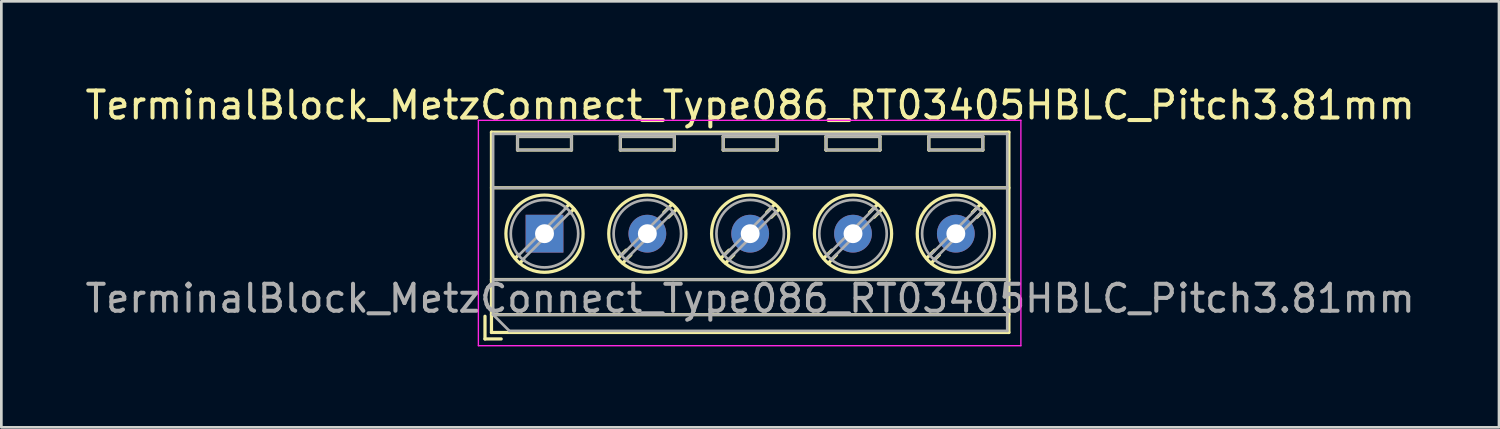
<source format=kicad_pcb>
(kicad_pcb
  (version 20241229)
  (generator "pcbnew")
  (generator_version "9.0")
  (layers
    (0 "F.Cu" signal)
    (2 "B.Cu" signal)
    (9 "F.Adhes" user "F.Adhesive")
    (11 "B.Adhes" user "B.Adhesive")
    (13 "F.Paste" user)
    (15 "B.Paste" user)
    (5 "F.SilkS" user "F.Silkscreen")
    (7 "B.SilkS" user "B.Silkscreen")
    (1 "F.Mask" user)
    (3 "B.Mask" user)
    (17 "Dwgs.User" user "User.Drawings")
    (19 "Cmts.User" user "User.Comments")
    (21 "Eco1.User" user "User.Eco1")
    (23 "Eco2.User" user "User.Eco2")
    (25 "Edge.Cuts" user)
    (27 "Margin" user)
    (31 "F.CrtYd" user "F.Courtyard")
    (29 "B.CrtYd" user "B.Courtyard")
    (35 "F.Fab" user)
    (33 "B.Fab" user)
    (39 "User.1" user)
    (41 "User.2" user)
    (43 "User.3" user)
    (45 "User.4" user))
  (footprint "TerminalBlock_MetzConnect_Type086_RT03405HBLC_Pitch3.81mm"
    (layer "F.Cu")
    (at 17.124 5.608)
    (property "Reference" "TerminalBlock_MetzConnect_Type086_RT03405HBLC_Pitch3.81mm" (at 7.62 -4.76 0) (layer "F.SilkS") (effects (font (size 1 1) (thickness 0.15))))
    (attr through_hole)
    (fp_line (start -2.205 3.06) (end -2.205 3.9) (stroke (width 0.12) (type solid)) (layer "F.SilkS"))
    (fp_line (start -2.205 3.9) (end -1.605 3.9) (stroke (width 0.12) (type solid)) (layer "F.SilkS"))
    (fp_line (start -1.965 -3.76) (end -1.965 3.66) (stroke (width 0.12) (type solid)) (layer "F.SilkS"))
    (fp_line (start -1.965 -1.7) (end 17.205 -1.7) (stroke (width 0.12) (type solid)) (layer "F.SilkS"))
    (fp_line (start -1.965 1.7) (end 17.205 1.7) (stroke (width 0.12) (type solid)) (layer "F.SilkS"))
    (fp_line (start -1.965 3) (end 17.205 3) (stroke (width 0.12) (type solid)) (layer "F.SilkS"))
    (fp_line (start -1.965 3.66) (end 17.205 3.66) (stroke (width 0.12) (type solid)) (layer "F.SilkS"))
    (fp_line (start -1 -3.6) (end -1 -3.1) (stroke (width 0.12) (type solid)) (layer "F.SilkS"))
    (fp_line (start -1 -3.6) (end 1 -3.6) (stroke (width 0.12) (type solid)) (layer "F.SilkS"))
    (fp_line (start -1 -3.1) (end 1 -3.1) (stroke (width 0.12) (type solid)) (layer "F.SilkS"))
    (fp_line (start -0.946 0.771) (end -1.085 0.91) (stroke (width 0.12) (type solid)) (layer "F.SilkS"))
    (fp_line (start -0.771 0.945) (end -0.911 1.085) (stroke (width 0.12) (type solid)) (layer "F.SilkS"))
    (fp_line (start 0.911 -1.085) (end 0.771 -0.945) (stroke (width 0.12) (type solid)) (layer "F.SilkS"))
    (fp_line (start 1 -3.6) (end 1 -3.1) (stroke (width 0.12) (type solid)) (layer "F.SilkS"))
    (fp_line (start 1.085 -0.91) (end 0.945 -0.771) (stroke (width 0.12) (type solid)) (layer "F.SilkS"))
    (fp_line (start 2.81 -3.6) (end 2.81 -3.1) (stroke (width 0.12) (type solid)) (layer "F.SilkS"))
    (fp_line (start 2.81 -3.6) (end 4.81 -3.6) (stroke (width 0.12) (type solid)) (layer "F.SilkS"))
    (fp_line (start 2.81 -3.1) (end 4.81 -3.1) (stroke (width 0.12) (type solid)) (layer "F.SilkS"))
    (fp_line (start 3.025 0.611) (end 2.726 0.91) (stroke (width 0.12) (type solid)) (layer "F.SilkS"))
    (fp_line (start 3.2 0.786) (end 2.9 1.085) (stroke (width 0.12) (type solid)) (layer "F.SilkS"))
    (fp_line (start 4.721 -1.085) (end 4.421 -0.786) (stroke (width 0.12) (type solid)) (layer "F.SilkS"))
    (fp_line (start 4.81 -3.6) (end 4.81 -3.1) (stroke (width 0.12) (type solid)) (layer "F.SilkS"))
    (fp_line (start 4.895 -0.91) (end 4.596 -0.611) (stroke (width 0.12) (type solid)) (layer "F.SilkS"))
    (fp_line (start 6.62 -3.6) (end 6.62 -3.1) (stroke (width 0.12) (type solid)) (layer "F.SilkS"))
    (fp_line (start 6.62 -3.6) (end 8.62 -3.6) (stroke (width 0.12) (type solid)) (layer "F.SilkS"))
    (fp_line (start 6.62 -3.1) (end 8.62 -3.1) (stroke (width 0.12) (type solid)) (layer "F.SilkS"))
    (fp_line (start 6.835 0.611) (end 6.536 0.91) (stroke (width 0.12) (type solid)) (layer "F.SilkS"))
    (fp_line (start 7.01 0.786) (end 6.71 1.085) (stroke (width 0.12) (type solid)) (layer "F.SilkS"))
    (fp_line (start 8.531 -1.085) (end 8.231 -0.786) (stroke (width 0.12) (type solid)) (layer "F.SilkS"))
    (fp_line (start 8.62 -3.6) (end 8.62 -3.1) (stroke (width 0.12) (type solid)) (layer "F.SilkS"))
    (fp_line (start 8.705 -0.91) (end 8.406 -0.611) (stroke (width 0.12) (type solid)) (layer "F.SilkS"))
    (fp_line (start 10.43 -3.6) (end 10.43 -3.1) (stroke (width 0.12) (type solid)) (layer "F.SilkS"))
    (fp_line (start 10.43 -3.6) (end 12.43 -3.6) (stroke (width 0.12) (type solid)) (layer "F.SilkS"))
    (fp_line (start 10.43 -3.1) (end 12.43 -3.1) (stroke (width 0.12) (type solid)) (layer "F.SilkS"))
    (fp_line (start 10.645 0.611) (end 10.346 0.91) (stroke (width 0.12) (type solid)) (layer "F.SilkS"))
    (fp_line (start 10.82 0.786) (end 10.52 1.085) (stroke (width 0.12) (type solid)) (layer "F.SilkS"))
    (fp_line (start 12.341 -1.085) (end 12.041 -0.786) (stroke (width 0.12) (type solid)) (layer "F.SilkS"))
    (fp_line (start 12.43 -3.6) (end 12.43 -3.1) (stroke (width 0.12) (type solid)) (layer "F.SilkS"))
    (fp_line (start 12.515 -0.91) (end 12.216 -0.611) (stroke (width 0.12) (type solid)) (layer "F.SilkS"))
    (fp_line (start 14.24 -3.6) (end 14.24 -3.1) (stroke (width 0.12) (type solid)) (layer "F.SilkS"))
    (fp_line (start 14.24 -3.6) (end 16.241 -3.6) (stroke (width 0.12) (type solid)) (layer "F.SilkS"))
    (fp_line (start 14.24 -3.1) (end 16.241 -3.1) (stroke (width 0.12) (type solid)) (layer "F.SilkS"))
    (fp_line (start 14.455 0.611) (end 14.156 0.91) (stroke (width 0.12) (type solid)) (layer "F.SilkS"))
    (fp_line (start 14.63 0.786) (end 14.33 1.085) (stroke (width 0.12) (type solid)) (layer "F.SilkS"))
    (fp_line (start 16.151 -1.085) (end 15.851 -0.786) (stroke (width 0.12) (type solid)) (layer "F.SilkS"))
    (fp_line (start 16.241 -3.6) (end 16.241 -3.1) (stroke (width 0.12) (type solid)) (layer "F.SilkS"))
    (fp_line (start 16.325 -0.91) (end 16.026 -0.611) (stroke (width 0.12) (type solid)) (layer "F.SilkS"))
    (fp_line (start 17.205 -3.76) (end -1.965 -3.76) (stroke (width 0.12) (type solid)) (layer "F.SilkS"))
    (fp_line (start 17.205 3.66) (end 17.205 -3.76) (stroke (width 0.12) (type solid)) (layer "F.SilkS"))
    (fp_circle (center 0 0) (end 1.43 0) (stroke (width 0.12) (type solid)) (fill no) (layer "F.SilkS"))
    (fp_circle (center 3.81 0) (end 5.24 0) (stroke (width 0.12) (type solid)) (fill no) (layer "F.SilkS"))
    (fp_circle (center 7.62 0) (end 9.05 0) (stroke (width 0.12) (type solid)) (fill no) (layer "F.SilkS"))
    (fp_circle (center 11.43 0) (end 12.86 0) (stroke (width 0.12) (type solid)) (fill no) (layer "F.SilkS"))
    (fp_circle (center 15.24 0) (end 16.67 0) (stroke (width 0.12) (type solid)) (fill no) (layer "F.SilkS"))
    (fp_line (start -2.45 -4.2) (end -2.45 4.15) (stroke (width 0.05) (type solid)) (layer "F.CrtYd"))
    (fp_line (start -2.45 4.15) (end 17.65 4.15) (stroke (width 0.05) (type solid)) (layer "F.CrtYd"))
    (fp_line (start 17.65 -4.2) (end -2.45 -4.2) (stroke (width 0.05) (type solid)) (layer "F.CrtYd"))
    (fp_line (start 17.65 4.15) (end 17.65 -4.2) (stroke (width 0.05) (type solid)) (layer "F.CrtYd"))
    (fp_line (start -1.905 -3.7) (end 17.145 -3.7) (stroke (width 0.1) (type solid)) (layer "F.Fab"))
    (fp_line (start -1.905 -1.7) (end 17.145 -1.7) (stroke (width 0.1) (type solid)) (layer "F.Fab"))
    (fp_line (start -1.905 1.7) (end 17.145 1.7) (stroke (width 0.1) (type solid)) (layer "F.Fab"))
    (fp_line (start -1.905 3) (end -1.905 -3.7) (stroke (width 0.1) (type solid)) (layer "F.Fab"))
    (fp_line (start -1.905 3) (end 17.145 3) (stroke (width 0.1) (type solid)) (layer "F.Fab"))
    (fp_line (start -1.305 3.6) (end -1.905 3) (stroke (width 0.1) (type solid)) (layer "F.Fab"))
    (fp_line (start -1 -3.6) (end -1 -3.1) (stroke (width 0.1) (type solid)) (layer "F.Fab"))
    (fp_line (start -1 -3.1) (end 1 -3.1) (stroke (width 0.1) (type solid)) (layer "F.Fab"))
    (fp_line (start 0.796 -0.948) (end -0.949 0.796) (stroke (width 0.1) (type solid)) (layer "F.Fab"))
    (fp_line (start 0.949 -0.796) (end -0.796 0.948) (stroke (width 0.1) (type solid)) (layer "F.Fab"))
    (fp_line (start 1 -3.6) (end -1 -3.6) (stroke (width 0.1) (type solid)) (layer "F.Fab"))
    (fp_line (start 1 -3.1) (end 1 -3.6) (stroke (width 0.1) (type solid)) (layer "F.Fab"))
    (fp_line (start 2.81 -3.6) (end 2.81 -3.1) (stroke (width 0.1) (type solid)) (layer "F.Fab"))
    (fp_line (start 2.81 -3.1) (end 4.81 -3.1) (stroke (width 0.1) (type solid)) (layer "F.Fab"))
    (fp_line (start 4.606 -0.948) (end 2.862 0.796) (stroke (width 0.1) (type solid)) (layer "F.Fab"))
    (fp_line (start 4.759 -0.796) (end 3.015 0.948) (stroke (width 0.1) (type solid)) (layer "F.Fab"))
    (fp_line (start 4.81 -3.6) (end 2.81 -3.6) (stroke (width 0.1) (type solid)) (layer "F.Fab"))
    (fp_line (start 4.81 -3.1) (end 4.81 -3.6) (stroke (width 0.1) (type solid)) (layer "F.Fab"))
    (fp_line (start 6.62 -3.6) (end 6.62 -3.1) (stroke (width 0.1) (type solid)) (layer "F.Fab"))
    (fp_line (start 6.62 -3.1) (end 8.62 -3.1) (stroke (width 0.1) (type solid)) (layer "F.Fab"))
    (fp_line (start 8.416 -0.948) (end 6.672 0.796) (stroke (width 0.1) (type solid)) (layer "F.Fab"))
    (fp_line (start 8.569 -0.796) (end 6.825 0.948) (stroke (width 0.1) (type solid)) (layer "F.Fab"))
    (fp_line (start 8.62 -3.6) (end 6.62 -3.6) (stroke (width 0.1) (type solid)) (layer "F.Fab"))
    (fp_line (start 8.62 -3.1) (end 8.62 -3.6) (stroke (width 0.1) (type solid)) (layer "F.Fab"))
    (fp_line (start 10.43 -3.6) (end 10.43 -3.1) (stroke (width 0.1) (type solid)) (layer "F.Fab"))
    (fp_line (start 10.43 -3.1) (end 12.43 -3.1) (stroke (width 0.1) (type solid)) (layer "F.Fab"))
    (fp_line (start 12.226 -0.948) (end 10.482 0.796) (stroke (width 0.1) (type solid)) (layer "F.Fab"))
    (fp_line (start 12.379 -0.796) (end 10.635 0.948) (stroke (width 0.1) (type solid)) (layer "F.Fab"))
    (fp_line (start 12.43 -3.6) (end 10.43 -3.6) (stroke (width 0.1) (type solid)) (layer "F.Fab"))
    (fp_line (start 12.43 -3.1) (end 12.43 -3.6) (stroke (width 0.1) (type solid)) (layer "F.Fab"))
    (fp_line (start 14.24 -3.6) (end 14.24 -3.1) (stroke (width 0.1) (type solid)) (layer "F.Fab"))
    (fp_line (start 14.24 -3.1) (end 16.24 -3.1) (stroke (width 0.1) (type solid)) (layer "F.Fab"))
    (fp_line (start 16.036 -0.948) (end 14.292 0.796) (stroke (width 0.1) (type solid)) (layer "F.Fab"))
    (fp_line (start 16.189 -0.796) (end 14.445 0.948) (stroke (width 0.1) (type solid)) (layer "F.Fab"))
    (fp_line (start 16.24 -3.6) (end 14.24 -3.6) (stroke (width 0.1) (type solid)) (layer "F.Fab"))
    (fp_line (start 16.24 -3.1) (end 16.24 -3.6) (stroke (width 0.1) (type solid)) (layer "F.Fab"))
    (fp_line (start 17.145 -3.7) (end 17.145 3.6) (stroke (width 0.1) (type solid)) (layer "F.Fab"))
    (fp_line (start 17.145 3.6) (end -1.305 3.6) (stroke (width 0.1) (type solid)) (layer "F.Fab"))
    (fp_circle (center 0 0) (end 1.25 0) (stroke (width 0.1) (type solid)) (fill no) (layer "F.Fab"))
    (fp_circle (center 3.81 0) (end 5.06 0) (stroke (width 0.1) (type solid)) (fill no) (layer "F.Fab"))
    (fp_circle (center 7.62 0) (end 8.87 0) (stroke (width 0.1) (type solid)) (fill no) (layer "F.Fab"))
    (fp_circle (center 11.43 0) (end 12.68 0) (stroke (width 0.1) (type solid)) (fill no) (layer "F.Fab"))
    (fp_circle (center 15.24 0) (end 16.49 0) (stroke (width 0.1) (type solid)) (fill no) (layer "F.Fab"))
    (fp_text user "${REFERENCE}" (at 7.62 2.4 0) (layer "F.Fab") (effects (font (size 1 1) (thickness 0.15))))
    (pad "1" thru_hole rect (at 0 0) (size 1.4 1.4) (drill 0.7) (layers "*.Cu" "*.Mask"))
    (pad "2" thru_hole circle (at 3.81 0) (size 1.4 1.4) (drill 0.7) (layers "*.Cu" "*.Mask"))
    (pad "3" thru_hole circle (at 7.62 0) (size 1.4 1.4) (drill 0.7) (layers "*.Cu" "*.Mask"))
    (pad "4" thru_hole circle (at 11.43 0) (size 1.4 1.4) (drill 0.7) (layers "*.Cu" "*.Mask"))
    (pad "5" thru_hole circle (at 15.24 0) (size 1.4 1.4) (drill 0.7) (layers "*.Cu" "*.Mask")))
  (gr_rect
    (start -3 -3)
    (end 52.488 12.783)
    (stroke (width 0.1) (type default))
    (fill no)
    (layer "Edge.Cuts")))
</source>
